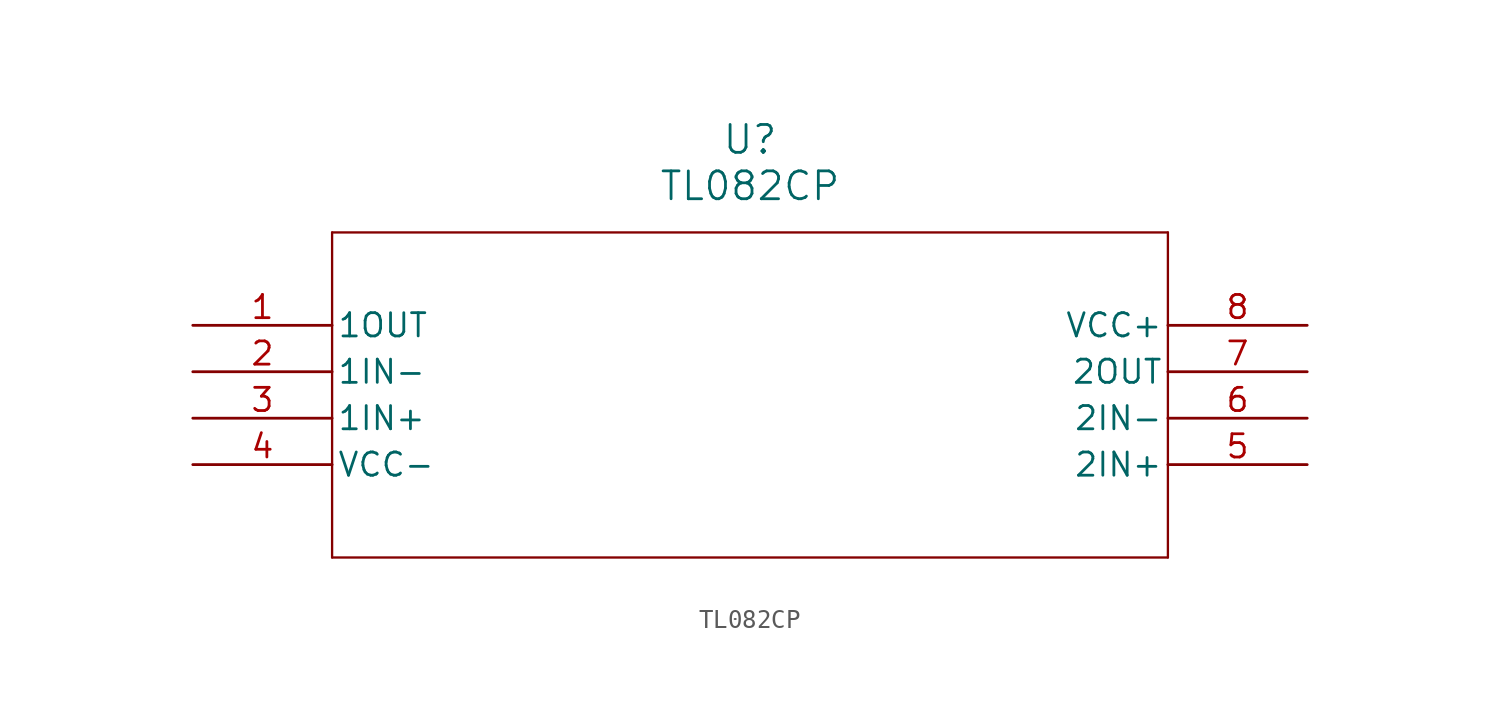
<source format=kicad_sym>
(kicad_symbol_lib
  (version 20211014)
  (generator kicad_symbol_editor)
  (symbol "TL082CP"
    (pin_names
      (offset 0.254))
    (property "Reference" "U"
      (at 30.48 10.16 0)
      (effects (font (size 1.524 1.524))))
    (property "Value" "TL082CP"
      (at 30.48 7.62 0)
      (effects (font (size 1.524 1.524))))
    (symbol "TL082CP_0_1"
      (polyline (pts (xy 7.62 5.08) (xy 7.62 -12.7)) (stroke (width 0.127) (type default) (color 0 0 0 0)) (fill (type none)))
      (polyline (pts (xy 7.62 -12.7) (xy 53.34 -12.7)) (stroke (width 0.127) (type default) (color 0 0 0 0)) (fill (type none)))
      (polyline (pts (xy 53.34 -12.7) (xy 53.34 5.08)) (stroke (width 0.127) (type default) (color 0 0 0 0)) (fill (type none)))
      (polyline (pts (xy 53.34 5.08) (xy 7.62 5.08)) (stroke (width 0.127) (type default) (color 0 0 0 0)) (fill (type none)))
      (pin output line (at 0 0 0) (length 7.62) (name "1OUT" (effects (font (size 1.27 1.27)))) (number "1" (effects (font (size 1.27 1.27)))))
      (pin input line (at 0 -2.54 0) (length 7.62) (name "1IN-" (effects (font (size 1.27 1.27)))) (number "2" (effects (font (size 1.27 1.27)))))
      (pin input line (at 0 -5.08 0) (length 7.62) (name "1IN+" (effects (font (size 1.27 1.27)))) (number "3" (effects (font (size 1.27 1.27)))))
      (pin power_in line (at 0 -7.62 0) (length 7.62) (name "VCC-" (effects (font (size 1.27 1.27)))) (number "4" (effects (font (size 1.27 1.27)))))
      (pin input line (at 60.96 -7.62 180) (length 7.62) (name "2IN+" (effects (font (size 1.27 1.27)))) (number "5" (effects (font (size 1.27 1.27)))))
      (pin input line (at 60.96 -5.08 180) (length 7.62) (name "2IN-" (effects (font (size 1.27 1.27)))) (number "6" (effects (font (size 1.27 1.27)))))
      (pin output line (at 60.96 -2.54 180) (length 7.62) (name "2OUT" (effects (font (size 1.27 1.27)))) (number "7" (effects (font (size 1.27 1.27)))))
      (pin power_in line (at 60.96 0 180) (length 7.62) (name "VCC+" (effects (font (size 1.27 1.27)))) (number "8" (effects (font (size 1.27 1.27))))))))
</source>
